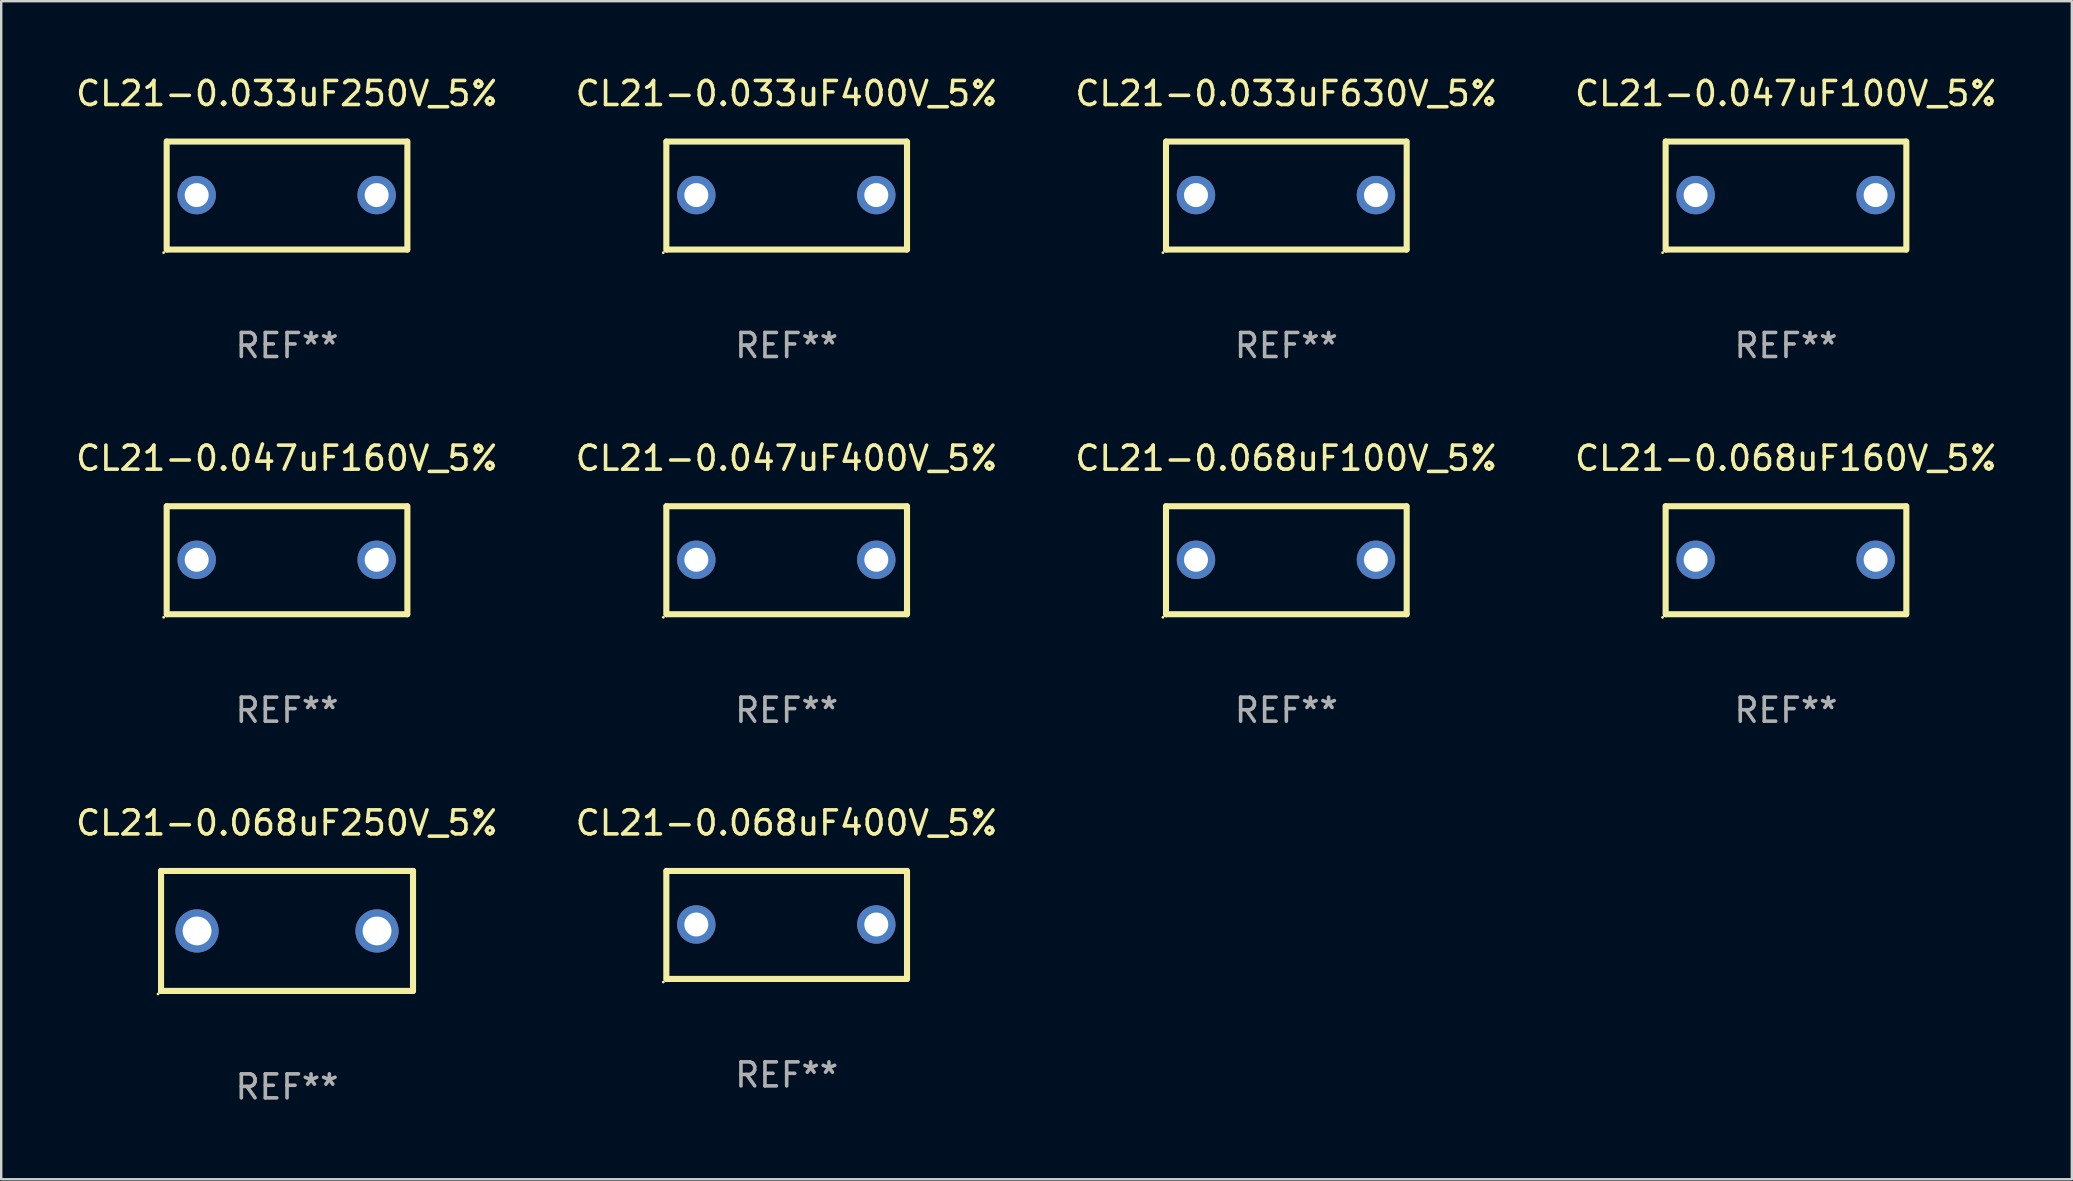
<source format=kicad_pcb>
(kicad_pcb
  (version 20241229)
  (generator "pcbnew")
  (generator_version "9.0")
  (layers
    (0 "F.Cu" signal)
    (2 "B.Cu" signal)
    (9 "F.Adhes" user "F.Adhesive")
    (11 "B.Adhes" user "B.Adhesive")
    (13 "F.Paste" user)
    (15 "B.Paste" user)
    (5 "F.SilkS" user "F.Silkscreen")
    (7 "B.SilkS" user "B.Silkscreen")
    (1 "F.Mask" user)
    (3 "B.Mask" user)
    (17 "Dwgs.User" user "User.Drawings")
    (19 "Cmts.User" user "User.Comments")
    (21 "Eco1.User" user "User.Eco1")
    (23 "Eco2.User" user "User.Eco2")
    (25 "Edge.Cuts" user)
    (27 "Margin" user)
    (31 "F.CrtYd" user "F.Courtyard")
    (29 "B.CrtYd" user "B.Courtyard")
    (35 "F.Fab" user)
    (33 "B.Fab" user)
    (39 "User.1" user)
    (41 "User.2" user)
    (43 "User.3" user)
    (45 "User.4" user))
  (footprint "CL21-0.033uF630V_5%"
    (layer "F.Cu")
    (at 50.554 5.099)
    (property "Reference" "CL21-0.033uF630V_5%" (at 0 -4.251 0) (layer "F.SilkS") (effects (font (size 1 1) (thickness 0.15))))
    (attr through_hole)
    (fp_line (start -5.015 2.25) (end -5.015 -2.251) (stroke (width 0.254) (type solid)) (layer "F.SilkS"))
    (fp_line (start -5.005 -2.25) (end 4.995 -2.25) (stroke (width 0.254) (type solid)) (layer "F.SilkS"))
    (fp_line (start 5.005 2.25) (end -4.995 2.25) (stroke (width 0.254) (type solid)) (layer "F.SilkS"))
    (fp_line (start 5.015 -2.25) (end 5.015 2.251) (stroke (width 0.254) (type solid)) (layer "F.SilkS"))
    (fp_circle (center -5.142 2.378) (end -5.112 2.378) (stroke (width 0.06) (type solid)) (fill no) (layer "F.SilkS"))
    (fp_text user "REF**" (at 0 6.251 0) (layer "F.Fab") (effects (font (size 1 1) (thickness 0.15))))
    (pad "1" thru_hole circle (at -3.765 -0.019) (size 1.6 1.6) (drill 1) (layers "*.Cu" "*.Mask"))
    (pad "2" thru_hole circle (at 3.735 -0.019) (size 1.6 1.6) (drill 1) (layers "*.Cu" "*.Mask")))
  (footprint "CL21-0.033uF250V_5%"
    (layer "F.Cu")
    (at 8.911 5.099)
    (property "Reference" "CL21-0.033uF250V_5%" (at 0 -4.251 0) (layer "F.SilkS") (effects (font (size 1 1) (thickness 0.15))))
    (attr through_hole)
    (fp_line (start -5.015 2.25) (end -5.015 -2.251) (stroke (width 0.254) (type solid)) (layer "F.SilkS"))
    (fp_line (start -5.005 -2.25) (end 4.995 -2.25) (stroke (width 0.254) (type solid)) (layer "F.SilkS"))
    (fp_line (start 5.005 2.25) (end -4.995 2.25) (stroke (width 0.254) (type solid)) (layer "F.SilkS"))
    (fp_line (start 5.015 -2.25) (end 5.015 2.251) (stroke (width 0.254) (type solid)) (layer "F.SilkS"))
    (fp_circle (center -5.142 2.378) (end -5.112 2.378) (stroke (width 0.06) (type solid)) (fill no) (layer "F.SilkS"))
    (fp_text user "REF**" (at 0 6.251 0) (layer "F.Fab") (effects (font (size 1 1) (thickness 0.15))))
    (pad "1" thru_hole circle (at -3.765 -0.019) (size 1.6 1.6) (drill 1) (layers "*.Cu" "*.Mask"))
    (pad "2" thru_hole circle (at 3.735 -0.019) (size 1.6 1.6) (drill 1) (layers "*.Cu" "*.Mask")))
  (footprint "CL21-0.068uF160V_5%"
    (layer "F.Cu")
    (at 71.375 20.296)
    (property "Reference" "CL21-0.068uF160V_5%" (at 0 -4.251 0) (layer "F.SilkS") (effects (font (size 1 1) (thickness 0.15))))
    (attr through_hole)
    (fp_line (start -5.015 2.25) (end -5.015 -2.251) (stroke (width 0.254) (type solid)) (layer "F.SilkS"))
    (fp_line (start -5.005 -2.25) (end 4.995 -2.25) (stroke (width 0.254) (type solid)) (layer "F.SilkS"))
    (fp_line (start 5.005 2.25) (end -4.995 2.25) (stroke (width 0.254) (type solid)) (layer "F.SilkS"))
    (fp_line (start 5.015 -2.25) (end 5.015 2.251) (stroke (width 0.254) (type solid)) (layer "F.SilkS"))
    (fp_circle (center -5.142 2.378) (end -5.112 2.378) (stroke (width 0.06) (type solid)) (fill no) (layer "F.SilkS"))
    (fp_text user "REF**" (at 0 6.251 0) (layer "F.Fab") (effects (font (size 1 1) (thickness 0.15))))
    (pad "1" thru_hole circle (at -3.765 -0.019) (size 1.6 1.6) (drill 1) (layers "*.Cu" "*.Mask"))
    (pad "2" thru_hole circle (at 3.735 -0.019) (size 1.6 1.6) (drill 1) (layers "*.Cu" "*.Mask")))
  (footprint "CL21-0.068uF250V_5%"
    (layer "F.Cu")
    (at 8.911 35.744)
    (property "Reference" "CL21-0.068uF250V_5%" (at 0 -4.5 0) (layer "F.SilkS") (effects (font (size 1 1) (thickness 0.15))))
    (attr through_hole)
    (fp_line (start -5.25 -2.5) (end 5.25 -2.5) (stroke (width 0.254) (type solid)) (layer "F.SilkS"))
    (fp_line (start -5.25 2.5) (end -5.25 -2.5) (stroke (width 0.254) (type solid)) (layer "F.SilkS"))
    (fp_line (start 5.25 -2.5) (end 5.25 2.5) (stroke (width 0.254) (type solid)) (layer "F.SilkS"))
    (fp_line (start 5.25 2.5) (end -5.25 2.5) (stroke (width 0.254) (type solid)) (layer "F.SilkS"))
    (fp_circle (center -5.377 2.627) (end -5.347 2.627) (stroke (width 0.06) (type solid)) (fill no) (layer "F.SilkS"))
    (fp_text user "REF**" (at 0 6.5 0) (layer "F.Fab") (effects (font (size 1 1) (thickness 0.15))))
    (pad "1" thru_hole circle (at -3.75 0) (size 1.8 1.8) (drill 1.2) (layers "*.Cu" "*.Mask"))
    (pad "2" thru_hole circle (at 3.75 0) (size 1.8 1.8) (drill 1.2) (layers "*.Cu" "*.Mask")))
  (footprint "CL21-0.068uF100V_5%"
    (layer "F.Cu")
    (at 50.554 20.296)
    (property "Reference" "CL21-0.068uF100V_5%" (at 0 -4.251 0) (layer "F.SilkS") (effects (font (size 1 1) (thickness 0.15))))
    (attr through_hole)
    (fp_line (start -5.015 2.25) (end -5.015 -2.251) (stroke (width 0.254) (type solid)) (layer "F.SilkS"))
    (fp_line (start -5.005 -2.25) (end 4.995 -2.25) (stroke (width 0.254) (type solid)) (layer "F.SilkS"))
    (fp_line (start 5.005 2.25) (end -4.995 2.25) (stroke (width 0.254) (type solid)) (layer "F.SilkS"))
    (fp_line (start 5.015 -2.25) (end 5.015 2.251) (stroke (width 0.254) (type solid)) (layer "F.SilkS"))
    (fp_circle (center -5.142 2.378) (end -5.112 2.378) (stroke (width 0.06) (type solid)) (fill no) (layer "F.SilkS"))
    (fp_text user "REF**" (at 0 6.251 0) (layer "F.Fab") (effects (font (size 1 1) (thickness 0.15))))
    (pad "1" thru_hole circle (at -3.765 -0.019) (size 1.6 1.6) (drill 1) (layers "*.Cu" "*.Mask"))
    (pad "2" thru_hole circle (at 3.735 -0.019) (size 1.6 1.6) (drill 1) (layers "*.Cu" "*.Mask")))
  (footprint "CL21-0.047uF160V_5%"
    (layer "F.Cu")
    (at 8.911 20.296)
    (property "Reference" "CL21-0.047uF160V_5%" (at 0 -4.251 0) (layer "F.SilkS") (effects (font (size 1 1) (thickness 0.15))))
    (attr through_hole)
    (fp_line (start -5.015 2.25) (end -5.015 -2.251) (stroke (width 0.254) (type solid)) (layer "F.SilkS"))
    (fp_line (start -5.005 -2.25) (end 4.995 -2.25) (stroke (width 0.254) (type solid)) (layer "F.SilkS"))
    (fp_line (start 5.005 2.25) (end -4.995 2.25) (stroke (width 0.254) (type solid)) (layer "F.SilkS"))
    (fp_line (start 5.015 -2.25) (end 5.015 2.251) (stroke (width 0.254) (type solid)) (layer "F.SilkS"))
    (fp_circle (center -5.142 2.378) (end -5.112 2.378) (stroke (width 0.06) (type solid)) (fill no) (layer "F.SilkS"))
    (fp_text user "REF**" (at 0 6.251 0) (layer "F.Fab") (effects (font (size 1 1) (thickness 0.15))))
    (pad "1" thru_hole circle (at -3.765 -0.019) (size 1.6 1.6) (drill 1) (layers "*.Cu" "*.Mask"))
    (pad "2" thru_hole circle (at 3.735 -0.019) (size 1.6 1.6) (drill 1) (layers "*.Cu" "*.Mask")))
  (footprint "CL21-0.068uF400V_5%"
    (layer "F.Cu")
    (at 29.732 35.494)
    (property "Reference" "CL21-0.068uF400V_5%" (at 0 -4.251 0) (layer "F.SilkS") (effects (font (size 1 1) (thickness 0.15))))
    (attr through_hole)
    (fp_line (start -5.015 2.25) (end -5.015 -2.251) (stroke (width 0.254) (type solid)) (layer "F.SilkS"))
    (fp_line (start -5.005 -2.25) (end 4.995 -2.25) (stroke (width 0.254) (type solid)) (layer "F.SilkS"))
    (fp_line (start 5.005 2.25) (end -4.995 2.25) (stroke (width 0.254) (type solid)) (layer "F.SilkS"))
    (fp_line (start 5.015 -2.25) (end 5.015 2.251) (stroke (width 0.254) (type solid)) (layer "F.SilkS"))
    (fp_circle (center -5.142 2.378) (end -5.112 2.378) (stroke (width 0.06) (type solid)) (fill no) (layer "F.SilkS"))
    (fp_text user "REF**" (at 0 6.251 0) (layer "F.Fab") (effects (font (size 1 1) (thickness 0.15))))
    (pad "1" thru_hole circle (at -3.765 -0.019) (size 1.6 1.6) (drill 1) (layers "*.Cu" "*.Mask"))
    (pad "2" thru_hole circle (at 3.735 -0.019) (size 1.6 1.6) (drill 1) (layers "*.Cu" "*.Mask")))
  (footprint "CL21-0.047uF100V_5%"
    (layer "F.Cu")
    (at 71.375 5.099)
    (property "Reference" "CL21-0.047uF100V_5%" (at 0 -4.251 0) (layer "F.SilkS") (effects (font (size 1 1) (thickness 0.15))))
    (attr through_hole)
    (fp_line (start -5.015 2.25) (end -5.015 -2.251) (stroke (width 0.254) (type solid)) (layer "F.SilkS"))
    (fp_line (start -5.005 -2.25) (end 4.995 -2.25) (stroke (width 0.254) (type solid)) (layer "F.SilkS"))
    (fp_line (start 5.005 2.25) (end -4.995 2.25) (stroke (width 0.254) (type solid)) (layer "F.SilkS"))
    (fp_line (start 5.015 -2.25) (end 5.015 2.251) (stroke (width 0.254) (type solid)) (layer "F.SilkS"))
    (fp_circle (center -5.142 2.378) (end -5.112 2.378) (stroke (width 0.06) (type solid)) (fill no) (layer "F.SilkS"))
    (fp_text user "REF**" (at 0 6.251 0) (layer "F.Fab") (effects (font (size 1 1) (thickness 0.15))))
    (pad "1" thru_hole circle (at -3.765 -0.019) (size 1.6 1.6) (drill 1) (layers "*.Cu" "*.Mask"))
    (pad "2" thru_hole circle (at 3.735 -0.019) (size 1.6 1.6) (drill 1) (layers "*.Cu" "*.Mask")))
  (footprint "CL21-0.033uF400V_5%"
    (layer "F.Cu")
    (at 29.732 5.099)
    (property "Reference" "CL21-0.033uF400V_5%" (at 0 -4.251 0) (layer "F.SilkS") (effects (font (size 1 1) (thickness 0.15))))
    (attr through_hole)
    (fp_line (start -5.015 2.25) (end -5.015 -2.251) (stroke (width 0.254) (type solid)) (layer "F.SilkS"))
    (fp_line (start -5.005 -2.25) (end 4.995 -2.25) (stroke (width 0.254) (type solid)) (layer "F.SilkS"))
    (fp_line (start 5.005 2.25) (end -4.995 2.25) (stroke (width 0.254) (type solid)) (layer "F.SilkS"))
    (fp_line (start 5.015 -2.25) (end 5.015 2.251) (stroke (width 0.254) (type solid)) (layer "F.SilkS"))
    (fp_circle (center -5.142 2.378) (end -5.112 2.378) (stroke (width 0.06) (type solid)) (fill no) (layer "F.SilkS"))
    (fp_text user "REF**" (at 0 6.251 0) (layer "F.Fab") (effects (font (size 1 1) (thickness 0.15))))
    (pad "1" thru_hole circle (at -3.765 -0.019) (size 1.6 1.6) (drill 1) (layers "*.Cu" "*.Mask"))
    (pad "2" thru_hole circle (at 3.735 -0.019) (size 1.6 1.6) (drill 1) (layers "*.Cu" "*.Mask")))
  (footprint "CL21-0.047uF400V_5%"
    (layer "F.Cu")
    (at 29.732 20.296)
    (property "Reference" "CL21-0.047uF400V_5%" (at 0 -4.251 0) (layer "F.SilkS") (effects (font (size 1 1) (thickness 0.15))))
    (attr through_hole)
    (fp_line (start -5.015 2.25) (end -5.015 -2.251) (stroke (width 0.254) (type solid)) (layer "F.SilkS"))
    (fp_line (start -5.005 -2.25) (end 4.995 -2.25) (stroke (width 0.254) (type solid)) (layer "F.SilkS"))
    (fp_line (start 5.005 2.25) (end -4.995 2.25) (stroke (width 0.254) (type solid)) (layer "F.SilkS"))
    (fp_line (start 5.015 -2.25) (end 5.015 2.251) (stroke (width 0.254) (type solid)) (layer "F.SilkS"))
    (fp_circle (center -5.142 2.378) (end -5.112 2.378) (stroke (width 0.06) (type solid)) (fill no) (layer "F.SilkS"))
    (fp_text user "REF**" (at 0 6.251 0) (layer "F.Fab") (effects (font (size 1 1) (thickness 0.15))))
    (pad "1" thru_hole circle (at -3.765 -0.019) (size 1.6 1.6) (drill 1) (layers "*.Cu" "*.Mask"))
    (pad "2" thru_hole circle (at 3.735 -0.019) (size 1.6 1.6) (drill 1) (layers "*.Cu" "*.Mask")))
  (gr_rect
    (start -3 -3)
    (end 83.286 46.092)
    (stroke (width 0.1) (type default))
    (fill no)
    (layer "Edge.Cuts")))
</source>
